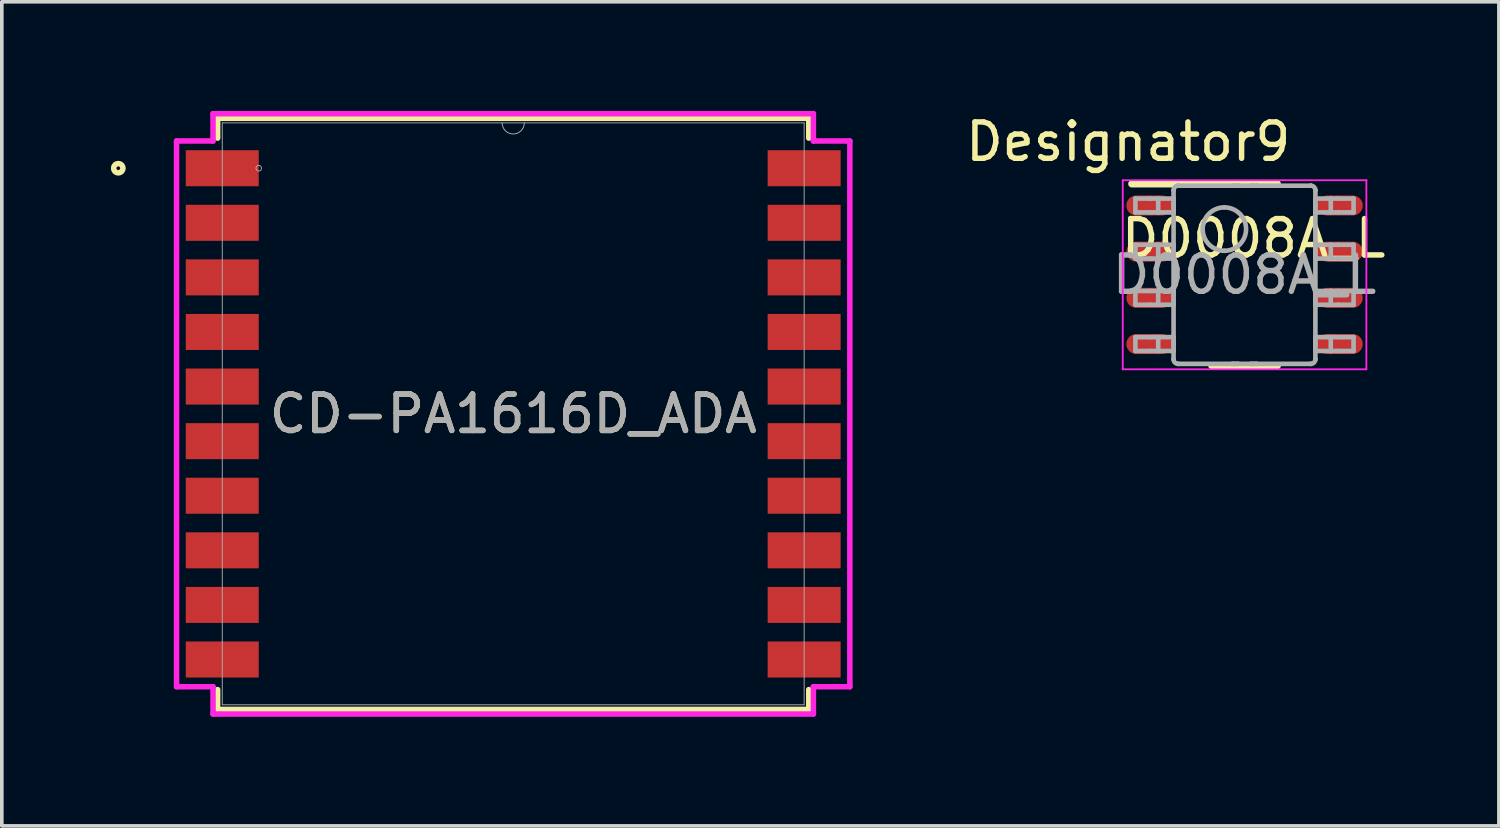
<source format=kicad_pcb>
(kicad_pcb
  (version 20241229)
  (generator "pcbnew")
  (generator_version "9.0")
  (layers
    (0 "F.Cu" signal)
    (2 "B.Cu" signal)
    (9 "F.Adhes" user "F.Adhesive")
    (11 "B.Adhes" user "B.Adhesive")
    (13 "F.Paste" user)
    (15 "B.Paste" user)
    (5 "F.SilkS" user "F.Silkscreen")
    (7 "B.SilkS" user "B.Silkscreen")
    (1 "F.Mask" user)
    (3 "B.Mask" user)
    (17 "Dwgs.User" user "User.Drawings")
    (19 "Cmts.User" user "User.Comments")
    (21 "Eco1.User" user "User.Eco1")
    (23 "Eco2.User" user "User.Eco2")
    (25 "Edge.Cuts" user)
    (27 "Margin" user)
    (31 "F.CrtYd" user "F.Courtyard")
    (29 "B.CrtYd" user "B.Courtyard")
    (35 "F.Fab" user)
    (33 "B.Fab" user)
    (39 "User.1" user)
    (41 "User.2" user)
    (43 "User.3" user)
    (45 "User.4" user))
  (footprint "CD-PA1616D_ADA"
    (layer "F.Cu")
    (at 11.063 8.331)
    (property "Reference" "CD-PA1616D_ADA" (at 0 0 0) (unlocked yes) (layer "F.SilkS") (effects (font (size 1 1) (thickness 0.15))))
    (attr smd)
    (fp_line (start -8.128 -8.128) (end -8.128 -7.583) (stroke (width 0.152) (type solid)) (layer "F.SilkS"))
    (fp_line (start -8.128 7.583) (end -8.128 8.128) (stroke (width 0.152) (type solid)) (layer "F.SilkS"))
    (fp_line (start -8.128 8.128) (end 8.128 8.128) (stroke (width 0.152) (type solid)) (layer "F.SilkS"))
    (fp_line (start 8.128 -8.128) (end -8.128 -8.128) (stroke (width 0.152) (type solid)) (layer "F.SilkS"))
    (fp_line (start 8.128 -7.583) (end 8.128 -8.128) (stroke (width 0.152) (type solid)) (layer "F.SilkS"))
    (fp_line (start 8.128 8.128) (end 8.128 7.583) (stroke (width 0.152) (type solid)) (layer "F.SilkS"))
    (fp_circle (center -10.86 -6.755) (end -10.733 -6.755) (stroke (width 0.152) (type solid)) (fill no) (layer "F.SilkS"))
    (fp_poly (pts (xy 0.648 -0.451) (xy 0.636 -0.568) (xy 0.602 -0.68) (xy 0.547 -0.783) (xy 0.473 -0.873) (xy 0.382 -0.947) (xy 0.279 -1.003) (xy 0.167 -1.037) (xy 0.051 -1.048) (xy -0.066 -1.037) (xy -0.178 -1.003) (xy -0.281 -0.947) (xy -0.371 -0.873) (xy -0.446 -0.783) (xy -0.501 -0.68) (xy -0.535 -0.568) (xy -0.546 -0.451) (xy -0.535 -0.335) (xy -0.501 -0.223) (xy -0.446 -0.119) (xy -0.371 -0.029) (xy -0.281 0.045) (xy -0.178 0.1) (xy -0.066 0.134) (xy 0.051 0.146) (xy 0.167 0.134) (xy 0.279 0.1) (xy 0.382 0.045) (xy 0.473 -0.029) (xy 0.547 -0.119) (xy 0.602 -0.223) (xy 0.636 -0.335)) (stroke (width 0.1) (type solid)) (fill no) (layer "Eco2.User"))
    (fp_line (start -9.258 -7.504) (end -8.255 -7.504) (stroke (width 0.152) (type solid)) (layer "F.CrtYd"))
    (fp_line (start -9.258 7.504) (end -9.258 -7.504) (stroke (width 0.152) (type solid)) (layer "F.CrtYd"))
    (fp_line (start -9.258 7.504) (end -8.255 7.504) (stroke (width 0.152) (type solid)) (layer "F.CrtYd"))
    (fp_line (start -8.255 -8.255) (end 8.255 -8.255) (stroke (width 0.152) (type solid)) (layer "F.CrtYd"))
    (fp_line (start -8.255 -7.504) (end -8.255 -8.255) (stroke (width 0.152) (type solid)) (layer "F.CrtYd"))
    (fp_line (start -8.255 8.255) (end -8.255 7.504) (stroke (width 0.152) (type solid)) (layer "F.CrtYd"))
    (fp_line (start 8.255 -8.255) (end 8.255 -7.504) (stroke (width 0.152) (type solid)) (layer "F.CrtYd"))
    (fp_line (start 8.255 7.504) (end 8.255 8.255) (stroke (width 0.152) (type solid)) (layer "F.CrtYd"))
    (fp_line (start 8.255 8.255) (end -8.255 8.255) (stroke (width 0.152) (type solid)) (layer "F.CrtYd"))
    (fp_line (start 9.258 -7.504) (end 8.255 -7.504) (stroke (width 0.152) (type solid)) (layer "F.CrtYd"))
    (fp_line (start 9.258 -7.504) (end 9.258 7.504) (stroke (width 0.152) (type solid)) (layer "F.CrtYd"))
    (fp_line (start 9.258 7.504) (end 8.255 7.504) (stroke (width 0.152) (type solid)) (layer "F.CrtYd"))
    (fp_line (start -8.001 -8.001) (end -8.001 8.001) (stroke (width 0.025) (type solid)) (layer "F.Fab"))
    (fp_line (start -8.001 8.001) (end 8.001 8.001) (stroke (width 0.025) (type solid)) (layer "F.Fab"))
    (fp_line (start 8.001 -8.001) (end -8.001 -8.001) (stroke (width 0.025) (type solid)) (layer "F.Fab"))
    (fp_line (start 8.001 8.001) (end 8.001 -8.001) (stroke (width 0.025) (type solid)) (layer "F.Fab"))
    (fp_arc (start 0.3048 -8.001) (mid 0 -7.6962) (end -0.3048 -8.001) (stroke (width 0.0254) (type solid)) (layer "F.Fab"))
    (fp_circle (center -6.998 -6.755) (end -6.921 -6.755) (stroke (width 0.025) (type solid)) (fill no) (layer "F.Fab"))
    (fp_text user "${REFERENCE}" (at 0 0 0) (unlocked yes) (layer "F.Fab") (effects (font (size 1 1) (thickness 0.15))))
    (pad "1" smd rect (at -8.001 -6.755) (size 2.007 0.991) (layers "F.Cu" "F.Mask" "F.Paste"))
    (pad "2" smd rect (at -8.001 -5.254) (size 2.007 0.991) (layers "F.Cu" "F.Mask" "F.Paste"))
    (pad "3" smd rect (at -8.001 -3.753) (size 2.007 0.991) (layers "F.Cu" "F.Mask" "F.Paste"))
    (pad "4" smd rect (at -8.001 -2.252) (size 2.007 0.991) (layers "F.Cu" "F.Mask" "F.Paste"))
    (pad "5" smd rect (at -8.001 -0.751) (size 2.007 0.991) (layers "F.Cu" "F.Mask" "F.Paste"))
    (pad "6" smd rect (at -8.001 0.751) (size 2.007 0.991) (layers "F.Cu" "F.Mask" "F.Paste"))
    (pad "7" smd rect (at -8.001 2.252) (size 2.007 0.991) (layers "F.Cu" "F.Mask" "F.Paste"))
    (pad "8" smd rect (at -8.001 3.753) (size 2.007 0.991) (layers "F.Cu" "F.Mask" "F.Paste"))
    (pad "9" smd rect (at -8.001 5.254) (size 2.007 0.991) (layers "F.Cu" "F.Mask" "F.Paste"))
    (pad "10" smd rect (at -8.001 6.755) (size 2.007 0.991) (layers "F.Cu" "F.Mask" "F.Paste"))
    (pad "11" smd rect (at 8.001 6.755) (size 2.007 0.991) (layers "F.Cu" "F.Mask" "F.Paste"))
    (pad "12" smd rect (at 8.001 5.254) (size 2.007 0.991) (layers "F.Cu" "F.Mask" "F.Paste"))
    (pad "13" smd rect (at 8.001 3.753) (size 2.007 0.991) (layers "F.Cu" "F.Mask" "F.Paste"))
    (pad "14" smd rect (at 8.001 2.252) (size 2.007 0.991) (layers "F.Cu" "F.Mask" "F.Paste"))
    (pad "15" smd rect (at 8.001 0.751) (size 2.007 0.991) (layers "F.Cu" "F.Mask" "F.Paste"))
    (pad "16" smd rect (at 8.001 -0.751) (size 2.007 0.991) (layers "F.Cu" "F.Mask" "F.Paste"))
    (pad "17" smd rect (at 8.001 -2.252) (size 2.007 0.991) (layers "F.Cu" "F.Mask" "F.Paste"))
    (pad "18" smd rect (at 8.001 -3.753) (size 2.007 0.991) (layers "F.Cu" "F.Mask" "F.Paste"))
    (pad "19" smd rect (at 8.001 -5.254) (size 2.007 0.991) (layers "F.Cu" "F.Mask" "F.Paste"))
    (pad "20" smd rect (at 8.001 -6.755) (size 2.007 0.991) (layers "F.Cu" "F.Mask" "F.Paste")))
  (footprint "D0008A_L"
    (layer "F.Cu")
    (at 31.175 4.506)
    (property "Reference" "D0008A_L" (at 0.25 -1 0) (unlocked yes) (layer "F.SilkS") (effects (font (size 1 1) (thickness 0.15))))
    (attr smd)
    (fp_line (start -3.1 -2.5) (end 0.9 -2.5) (stroke (width 0.2) (type solid)) (layer "F.SilkS"))
    (fp_line (start -0.9 2.5) (end 0.9 2.5) (stroke (width 0.2) (type solid)) (layer "F.SilkS"))
    (fp_line (start -3.35 -2.6) (end 3.35 -2.6) (stroke (width 0.05) (type solid)) (layer "F.CrtYd"))
    (fp_line (start -3.35 2.6) (end -3.35 -2.6) (stroke (width 0.05) (type solid)) (layer "F.CrtYd"))
    (fp_line (start -3.35 2.6) (end 3.35 2.6) (stroke (width 0.05) (type solid)) (layer "F.CrtYd"))
    (fp_line (start 3.35 2.6) (end 3.35 -2.6) (stroke (width 0.05) (type solid)) (layer "F.CrtYd"))
    (fp_line (start -3.002 -2.095) (end -2.589 -2.095) (stroke (width 0.127) (type solid)) (layer "F.Fab"))
    (fp_line (start -3.002 -1.715) (end -3.002 -2.095) (stroke (width 0.127) (type solid)) (layer "F.Fab"))
    (fp_line (start -3.002 -1.715) (end -2.589 -1.715) (stroke (width 0.127) (type solid)) (layer "F.Fab"))
    (fp_line (start -3.002 -0.825) (end -2.589 -0.825) (stroke (width 0.127) (type solid)) (layer "F.Fab"))
    (fp_line (start -3.002 -0.445) (end -3.002 -0.825) (stroke (width 0.127) (type solid)) (layer "F.Fab"))
    (fp_line (start -3.002 -0.445) (end -2.589 -0.445) (stroke (width 0.127) (type solid)) (layer "F.Fab"))
    (fp_line (start -3.002 0.445) (end -2.589 0.445) (stroke (width 0.127) (type solid)) (layer "F.Fab"))
    (fp_line (start -3.002 0.825) (end -3.002 0.445) (stroke (width 0.127) (type solid)) (layer "F.Fab"))
    (fp_line (start -3.002 0.825) (end -2.589 0.825) (stroke (width 0.127) (type solid)) (layer "F.Fab"))
    (fp_line (start -3.002 1.715) (end -2.589 1.715) (stroke (width 0.127) (type solid)) (layer "F.Fab"))
    (fp_line (start -3.002 2.095) (end -3.002 1.715) (stroke (width 0.127) (type solid)) (layer "F.Fab"))
    (fp_line (start -3.002 2.095) (end -2.589 2.095) (stroke (width 0.127) (type solid)) (layer "F.Fab"))
    (fp_line (start -2.589 -2.095) (end -2.375 -2.095) (stroke (width 0.127) (type solid)) (layer "F.Fab"))
    (fp_line (start -2.589 -1.715) (end -2.375 -1.715) (stroke (width 0.127) (type solid)) (layer "F.Fab"))
    (fp_line (start -2.589 -0.825) (end -2.375 -0.825) (stroke (width 0.127) (type solid)) (layer "F.Fab"))
    (fp_line (start -2.589 -0.445) (end -2.375 -0.445) (stroke (width 0.127) (type solid)) (layer "F.Fab"))
    (fp_line (start -2.589 0.445) (end -2.375 0.445) (stroke (width 0.127) (type solid)) (layer "F.Fab"))
    (fp_line (start -2.589 0.825) (end -2.375 0.825) (stroke (width 0.127) (type solid)) (layer "F.Fab"))
    (fp_line (start -2.589 1.715) (end -2.375 1.715) (stroke (width 0.127) (type solid)) (layer "F.Fab"))
    (fp_line (start -2.589 2.095) (end -2.375 2.095) (stroke (width 0.127) (type solid)) (layer "F.Fab"))
    (fp_line (start -2.375 -2.095) (end -1.995 -2.095) (stroke (width 0.127) (type solid)) (layer "F.Fab"))
    (fp_line (start -2.375 -1.715) (end -2.375 -2.095) (stroke (width 0.127) (type solid)) (layer "F.Fab"))
    (fp_line (start -2.375 -1.715) (end -1.995 -1.715) (stroke (width 0.127) (type solid)) (layer "F.Fab"))
    (fp_line (start -2.375 -0.825) (end -1.995 -0.825) (stroke (width 0.127) (type solid)) (layer "F.Fab"))
    (fp_line (start -2.375 -0.445) (end -2.375 -0.825) (stroke (width 0.127) (type solid)) (layer "F.Fab"))
    (fp_line (start -2.375 -0.445) (end -1.995 -0.445) (stroke (width 0.127) (type solid)) (layer "F.Fab"))
    (fp_line (start -2.375 0.445) (end -1.995 0.445) (stroke (width 0.127) (type solid)) (layer "F.Fab"))
    (fp_line (start -2.375 0.825) (end -2.375 0.445) (stroke (width 0.127) (type solid)) (layer "F.Fab"))
    (fp_line (start -2.375 0.825) (end -1.995 0.825) (stroke (width 0.127) (type solid)) (layer "F.Fab"))
    (fp_line (start -2.375 1.715) (end -1.995 1.715) (stroke (width 0.127) (type solid)) (layer "F.Fab"))
    (fp_line (start -2.375 2.095) (end -2.375 1.715) (stroke (width 0.127) (type solid)) (layer "F.Fab"))
    (fp_line (start -2.375 2.095) (end -1.995 2.095) (stroke (width 0.127) (type solid)) (layer "F.Fab"))
    (fp_line (start -1.995 -2.095) (end -1.952 -2.095) (stroke (width 0.127) (type solid)) (layer "F.Fab"))
    (fp_line (start -1.995 -1.715) (end -1.952 -1.715) (stroke (width 0.127) (type solid)) (layer "F.Fab"))
    (fp_line (start -1.995 -0.825) (end -1.952 -0.825) (stroke (width 0.127) (type solid)) (layer "F.Fab"))
    (fp_line (start -1.995 -0.445) (end -1.952 -0.445) (stroke (width 0.127) (type solid)) (layer "F.Fab"))
    (fp_line (start -1.995 0.445) (end -1.952 0.445) (stroke (width 0.127) (type solid)) (layer "F.Fab"))
    (fp_line (start -1.995 0.825) (end -1.952 0.825) (stroke (width 0.127) (type solid)) (layer "F.Fab"))
    (fp_line (start -1.995 1.715) (end -1.952 1.715) (stroke (width 0.127) (type solid)) (layer "F.Fab"))
    (fp_line (start -1.995 2.095) (end -1.952 2.095) (stroke (width 0.127) (type solid)) (layer "F.Fab"))
    (fp_line (start -1.952 -2.323) (end -1.952 -2.324) (stroke (width 0.127) (type solid)) (layer "F.Fab"))
    (fp_line (start -1.952 -1.715) (end -1.952 -2.095) (stroke (width 0.127) (type solid)) (layer "F.Fab"))
    (fp_line (start -1.952 -0.445) (end -1.952 -0.825) (stroke (width 0.127) (type solid)) (layer "F.Fab"))
    (fp_line (start -1.952 0.825) (end -1.952 0.445) (stroke (width 0.127) (type solid)) (layer "F.Fab"))
    (fp_line (start -1.952 2.095) (end -1.952 1.715) (stroke (width 0.127) (type solid)) (layer "F.Fab"))
    (fp_line (start -1.952 2.323) (end -1.952 -2.323) (stroke (width 0.127) (type solid)) (layer "F.Fab"))
    (fp_line (start -1.952 2.324) (end -1.952 2.323) (stroke (width 0.127) (type solid)) (layer "F.Fab"))
    (fp_line (start -1.826 -2.45) (end -1.825 -2.45) (stroke (width 0.127) (type solid)) (layer "F.Fab"))
    (fp_line (start -1.826 2.45) (end -1.825 2.45) (stroke (width 0.127) (type solid)) (layer "F.Fab"))
    (fp_line (start -1.825 -2.45) (end -0.332 -2.45) (stroke (width 0.127) (type solid)) (layer "F.Fab"))
    (fp_line (start -1.825 2.45) (end -0.332 2.45) (stroke (width 0.127) (type solid)) (layer "F.Fab"))
    (fp_line (start -0.332 -2.45) (end -0.182 -2.45) (stroke (width 0.127) (type solid)) (layer "F.Fab"))
    (fp_line (start -0.332 -2.45) (end -0.182 -2.45) (stroke (width 0.127) (type solid)) (layer "F.Fab"))
    (fp_line (start -0.332 2.45) (end -0.182 2.45) (stroke (width 0.127) (type solid)) (layer "F.Fab"))
    (fp_line (start -0.332 2.45) (end -0.182 2.45) (stroke (width 0.127) (type solid)) (layer "F.Fab"))
    (fp_line (start -0.182 -2.45) (end 0.178 -2.45) (stroke (width 0.127) (type solid)) (layer "F.Fab"))
    (fp_line (start -0.182 2.45) (end 0.178 2.45) (stroke (width 0.127) (type solid)) (layer "F.Fab"))
    (fp_line (start 0.178 -2.45) (end 0.328 -2.45) (stroke (width 0.127) (type solid)) (layer "F.Fab"))
    (fp_line (start 0.178 -2.45) (end 0.328 -2.45) (stroke (width 0.127) (type solid)) (layer "F.Fab"))
    (fp_line (start 0.178 2.45) (end 0.328 2.45) (stroke (width 0.127) (type solid)) (layer "F.Fab"))
    (fp_line (start 0.178 2.45) (end 0.328 2.45) (stroke (width 0.127) (type solid)) (layer "F.Fab"))
    (fp_line (start 0.328 -2.45) (end 1.821 -2.45) (stroke (width 0.127) (type solid)) (layer "F.Fab"))
    (fp_line (start 0.328 2.45) (end 1.821 2.45) (stroke (width 0.127) (type solid)) (layer "F.Fab"))
    (fp_line (start 1.821 -2.45) (end 1.822 -2.45) (stroke (width 0.127) (type solid)) (layer "F.Fab"))
    (fp_line (start 1.821 2.45) (end 1.822 2.45) (stroke (width 0.127) (type solid)) (layer "F.Fab"))
    (fp_line (start 1.948 -2.323) (end 1.948 -2.324) (stroke (width 0.127) (type solid)) (layer "F.Fab"))
    (fp_line (start 1.948 -2.095) (end 1.991 -2.095) (stroke (width 0.127) (type solid)) (layer "F.Fab"))
    (fp_line (start 1.948 -1.715) (end 1.948 -2.095) (stroke (width 0.127) (type solid)) (layer "F.Fab"))
    (fp_line (start 1.948 -1.715) (end 1.991 -1.715) (stroke (width 0.127) (type solid)) (layer "F.Fab"))
    (fp_line (start 1.948 -0.825) (end 1.991 -0.825) (stroke (width 0.127) (type solid)) (layer "F.Fab"))
    (fp_line (start 1.948 -0.445) (end 1.948 -0.825) (stroke (width 0.127) (type solid)) (layer "F.Fab"))
    (fp_line (start 1.948 -0.445) (end 1.991 -0.445) (stroke (width 0.127) (type solid)) (layer "F.Fab"))
    (fp_line (start 1.948 0.445) (end 1.991 0.445) (stroke (width 0.127) (type solid)) (layer "F.Fab"))
    (fp_line (start 1.948 0.825) (end 1.948 0.445) (stroke (width 0.127) (type solid)) (layer "F.Fab"))
    (fp_line (start 1.948 0.825) (end 1.991 0.825) (stroke (width 0.127) (type solid)) (layer "F.Fab"))
    (fp_line (start 1.948 1.715) (end 1.991 1.715) (stroke (width 0.127) (type solid)) (layer "F.Fab"))
    (fp_line (start 1.948 2.095) (end 1.948 1.715) (stroke (width 0.127) (type solid)) (layer "F.Fab"))
    (fp_line (start 1.948 2.095) (end 1.991 2.095) (stroke (width 0.127) (type solid)) (layer "F.Fab"))
    (fp_line (start 1.948 2.323) (end 1.948 -2.323) (stroke (width 0.127) (type solid)) (layer "F.Fab"))
    (fp_line (start 1.948 2.324) (end 1.948 2.323) (stroke (width 0.127) (type solid)) (layer "F.Fab"))
    (fp_line (start 1.991 -2.095) (end 2.371 -2.095) (stroke (width 0.127) (type solid)) (layer "F.Fab"))
    (fp_line (start 1.991 -1.715) (end 2.371 -1.715) (stroke (width 0.127) (type solid)) (layer "F.Fab"))
    (fp_line (start 1.991 -0.825) (end 2.371 -0.825) (stroke (width 0.127) (type solid)) (layer "F.Fab"))
    (fp_line (start 1.991 -0.445) (end 2.371 -0.445) (stroke (width 0.127) (type solid)) (layer "F.Fab"))
    (fp_line (start 1.991 0.445) (end 2.371 0.445) (stroke (width 0.127) (type solid)) (layer "F.Fab"))
    (fp_line (start 1.991 0.825) (end 2.371 0.825) (stroke (width 0.127) (type solid)) (layer "F.Fab"))
    (fp_line (start 1.991 1.715) (end 2.371 1.715) (stroke (width 0.127) (type solid)) (layer "F.Fab"))
    (fp_line (start 1.991 2.095) (end 2.371 2.095) (stroke (width 0.127) (type solid)) (layer "F.Fab"))
    (fp_line (start 2.371 -2.095) (end 2.585 -2.095) (stroke (width 0.127) (type solid)) (layer "F.Fab"))
    (fp_line (start 2.371 -1.715) (end 2.371 -2.095) (stroke (width 0.127) (type solid)) (layer "F.Fab"))
    (fp_line (start 2.371 -1.715) (end 2.585 -1.715) (stroke (width 0.127) (type solid)) (layer "F.Fab"))
    (fp_line (start 2.371 -0.825) (end 2.585 -0.825) (stroke (width 0.127) (type solid)) (layer "F.Fab"))
    (fp_line (start 2.371 -0.445) (end 2.371 -0.825) (stroke (width 0.127) (type solid)) (layer "F.Fab"))
    (fp_line (start 2.371 -0.445) (end 2.585 -0.445) (stroke (width 0.127) (type solid)) (layer "F.Fab"))
    (fp_line (start 2.371 0.445) (end 2.585 0.445) (stroke (width 0.127) (type solid)) (layer "F.Fab"))
    (fp_line (start 2.371 0.825) (end 2.371 0.445) (stroke (width 0.127) (type solid)) (layer "F.Fab"))
    (fp_line (start 2.371 0.825) (end 2.585 0.825) (stroke (width 0.127) (type solid)) (layer "F.Fab"))
    (fp_line (start 2.371 1.715) (end 2.585 1.715) (stroke (width 0.127) (type solid)) (layer "F.Fab"))
    (fp_line (start 2.371 2.095) (end 2.371 1.715) (stroke (width 0.127) (type solid)) (layer "F.Fab"))
    (fp_line (start 2.371 2.095) (end 2.585 2.095) (stroke (width 0.127) (type solid)) (layer "F.Fab"))
    (fp_line (start 2.585 -2.095) (end 2.998 -2.095) (stroke (width 0.127) (type solid)) (layer "F.Fab"))
    (fp_line (start 2.585 -1.715) (end 2.998 -1.715) (stroke (width 0.127) (type solid)) (layer "F.Fab"))
    (fp_line (start 2.585 -0.825) (end 2.998 -0.825) (stroke (width 0.127) (type solid)) (layer "F.Fab"))
    (fp_line (start 2.585 -0.445) (end 2.998 -0.445) (stroke (width 0.127) (type solid)) (layer "F.Fab"))
    (fp_line (start 2.585 0.445) (end 2.998 0.445) (stroke (width 0.127) (type solid)) (layer "F.Fab"))
    (fp_line (start 2.585 0.825) (end 2.998 0.825) (stroke (width 0.127) (type solid)) (layer "F.Fab"))
    (fp_line (start 2.585 1.715) (end 2.998 1.715) (stroke (width 0.127) (type solid)) (layer "F.Fab"))
    (fp_line (start 2.585 2.095) (end 2.998 2.095) (stroke (width 0.127) (type solid)) (layer "F.Fab"))
    (fp_line (start 2.998 -1.715) (end 2.998 -2.095) (stroke (width 0.127) (type solid)) (layer "F.Fab"))
    (fp_line (start 2.998 -0.445) (end 2.998 -0.825) (stroke (width 0.127) (type solid)) (layer "F.Fab"))
    (fp_line (start 2.998 0.825) (end 2.998 0.445) (stroke (width 0.127) (type solid)) (layer "F.Fab"))
    (fp_line (start 2.998 2.095) (end 2.998 1.715) (stroke (width 0.127) (type solid)) (layer "F.Fab"))
    (fp_arc (start -1.952002 -2.323941) (mid -1.914806 -2.412806) (end -1.825941 -2.450002) (stroke (width 0.127) (type solid)) (layer "F.Fab"))
    (fp_arc (start -1.825941 2.449992) (mid -1.914806 2.412795) (end -1.952002 2.323931) (stroke (width 0.127) (type solid)) (layer "F.Fab"))
    (fp_arc (start -0.555 -1.8531) (mid 0.0419 -1.2562) (end -0.555 -0.6593) (stroke (width 0.127) (type solid)) (layer "F.Fab"))
    (fp_arc (start -0.555 -0.6593) (mid -1.1519 -1.2562) (end -0.555 -1.8531) (stroke (width 0.127) (type solid)) (layer "F.Fab"))
    (fp_arc (start 1.821933 -2.450002) (mid 1.910797 -2.412806) (end 1.947994 -2.323941) (stroke (width 0.127) (type solid)) (layer "F.Fab"))
    (fp_arc (start 1.947994 2.323931) (mid 1.910797 2.412795) (end 1.821933 2.449992) (stroke (width 0.127) (type solid)) (layer "F.Fab"))
    (fp_text user "Designator9" (at -3.2 -3.658 0) (unlocked yes) (layer "F.SilkS") (effects (font (size 1 1) (thickness 0.15))))
    (fp_text user "${REFERENCE}" (at 0 0 0) (unlocked yes) (layer "F.Fab") (effects (font (size 1 1) (thickness 0.15))))
    (pad "1" smd oval (at -2.625 -1.905 90) (size 0.55 1.25) (layers "F.Cu" "F.Mask" "F.Paste"))
    (pad "2" smd oval (at -2.625 -0.635 90) (size 0.55 1.25) (layers "F.Cu" "F.Mask" "F.Paste"))
    (pad "3" smd oval (at -2.625 0.635 90) (size 0.55 1.25) (layers "F.Cu" "F.Mask" "F.Paste"))
    (pad "4" smd oval (at -2.625 1.905 90) (size 0.55 1.25) (layers "F.Cu" "F.Mask" "F.Paste"))
    (pad "5" smd oval (at 2.625 1.905 90) (size 0.55 1.25) (layers "F.Cu" "F.Mask" "F.Paste"))
    (pad "6" smd oval (at 2.625 0.635 90) (size 0.55 1.25) (layers "F.Cu" "F.Mask" "F.Paste"))
    (pad "7" smd oval (at 2.625 -0.635 90) (size 0.55 1.25) (layers "F.Cu" "F.Mask" "F.Paste"))
    (pad "8" smd oval (at 2.625 -1.905 90) (size 0.55 1.25) (layers "F.Cu" "F.Mask" "F.Paste")))
  (gr_rect
    (start -3 -3)
    (end 38.169 19.662)
    (stroke (width 0.1) (type default))
    (fill no)
    (layer "Edge.Cuts")))
</source>
